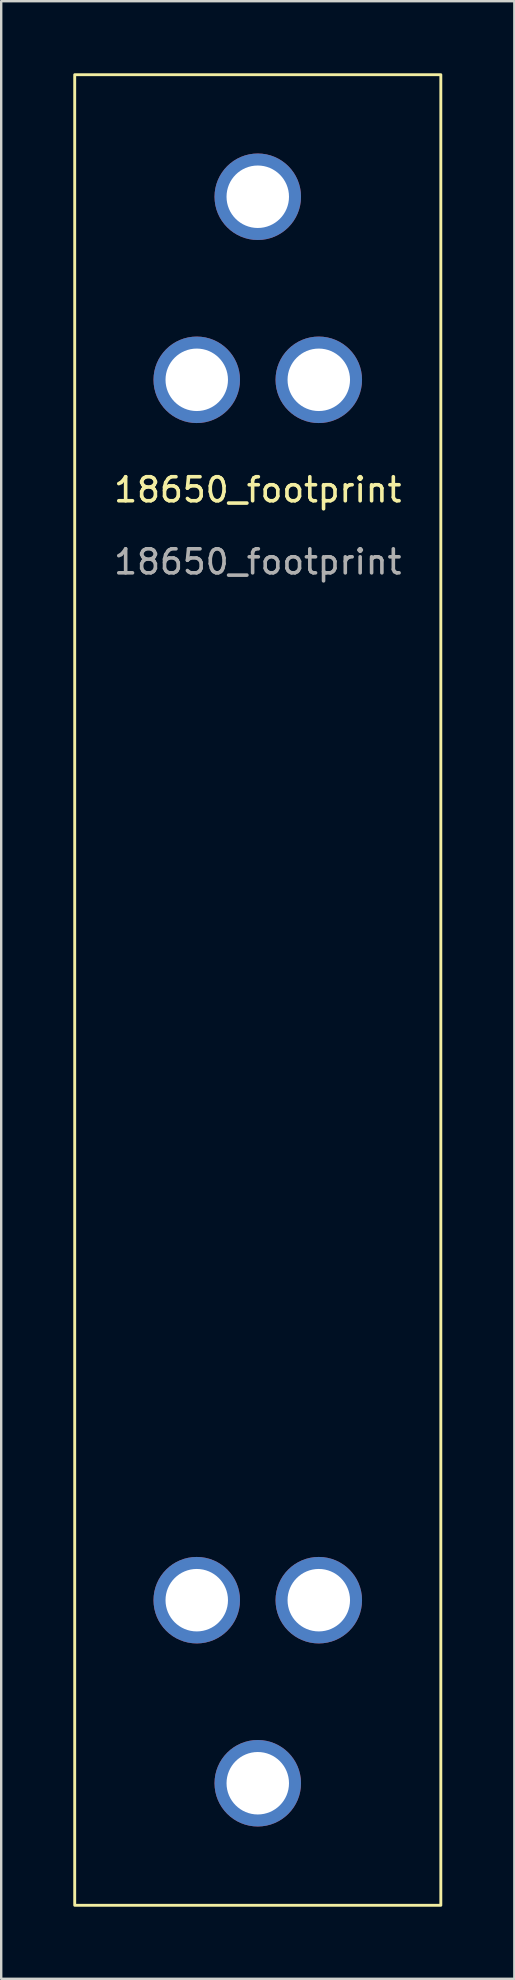
<source format=kicad_pcb>
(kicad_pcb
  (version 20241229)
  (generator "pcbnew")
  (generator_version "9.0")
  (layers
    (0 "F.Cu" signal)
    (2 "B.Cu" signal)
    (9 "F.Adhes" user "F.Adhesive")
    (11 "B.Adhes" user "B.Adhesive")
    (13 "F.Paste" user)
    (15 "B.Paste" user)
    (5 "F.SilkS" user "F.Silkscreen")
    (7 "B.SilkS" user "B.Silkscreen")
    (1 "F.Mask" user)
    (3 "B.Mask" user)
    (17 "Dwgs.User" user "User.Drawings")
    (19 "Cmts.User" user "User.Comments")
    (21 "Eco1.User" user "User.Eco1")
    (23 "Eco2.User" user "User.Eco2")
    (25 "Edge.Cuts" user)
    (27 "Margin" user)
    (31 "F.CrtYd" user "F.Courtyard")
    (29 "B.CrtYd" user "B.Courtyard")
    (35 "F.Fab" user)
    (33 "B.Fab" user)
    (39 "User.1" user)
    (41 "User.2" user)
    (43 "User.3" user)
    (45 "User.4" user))
  (footprint "18650_footprint"
    (layer "F.Cu")
    (at 7.68 17.84)
    (property "Reference" "18650_footprint" (at 0 -0.5 0) (unlocked yes) (layer "F.SilkS") (effects (font (size 1 1) (thickness 0.15))))
    (attr through_hole)
    (fp_rect (start 7.62 58.42) (end -7.62 -17.78) (stroke (width 0.12) (type solid)) (fill no) (layer "F.SilkS"))
    (fp_text user "${REFERENCE}" (at 0 2.5 0) (unlocked yes) (layer "F.Fab") (effects (font (size 1 1) (thickness 0.15))))
    (pad "1" thru_hole circle (at -2.54 -5.08) (size 3.6 3.6) (drill 2.6) (layers "*.Cu" "*.Mask"))
    (pad "1" thru_hole circle (at 0 -12.7) (size 3.6 3.6) (drill 2.6) (layers "*.Cu" "*.Mask"))
    (pad "1" thru_hole circle (at 2.54 -5.08) (size 3.6 3.6) (drill 2.6) (layers "*.Cu" "*.Mask"))
    (pad "2" thru_hole circle (at -2.54 45.72) (size 3.6 3.6) (drill 2.6) (layers "*.Cu" "*.Mask"))
    (pad "2" thru_hole circle (at 0 53.34) (size 3.6 3.6) (drill 2.6) (layers "*.Cu" "*.Mask"))
    (pad "2" thru_hole circle (at 2.54 45.72) (size 3.6 3.6) (drill 2.6) (layers "*.Cu" "*.Mask")))
  (gr_rect
    (start -3 -3)
    (end 18.36 79.32)
    (stroke (width 0.1) (type default))
    (fill no)
    (layer "Edge.Cuts")))
</source>
